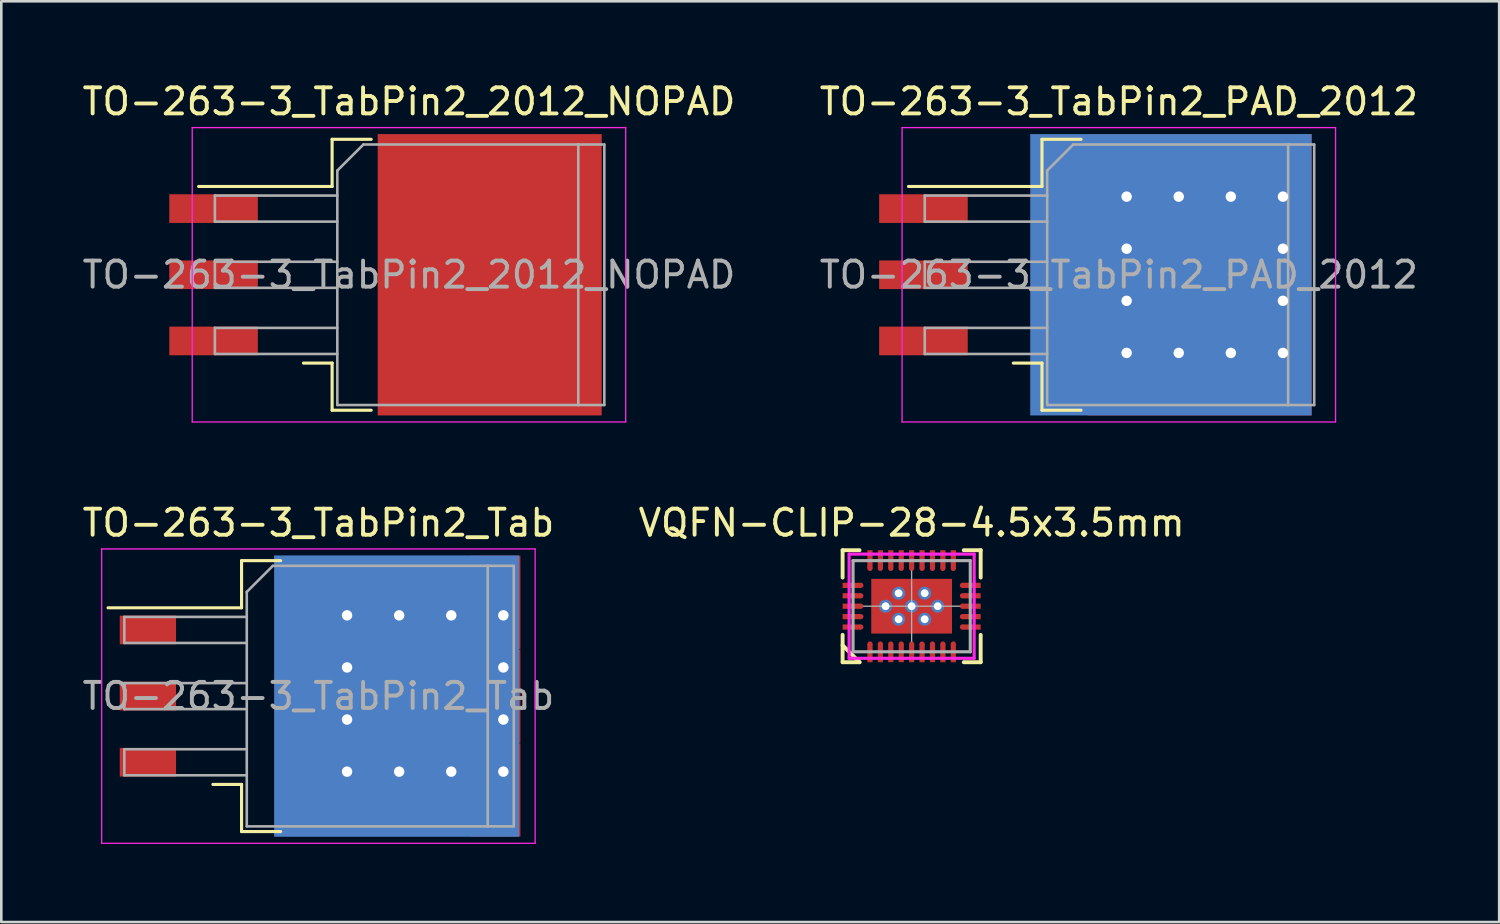
<source format=kicad_pcb>
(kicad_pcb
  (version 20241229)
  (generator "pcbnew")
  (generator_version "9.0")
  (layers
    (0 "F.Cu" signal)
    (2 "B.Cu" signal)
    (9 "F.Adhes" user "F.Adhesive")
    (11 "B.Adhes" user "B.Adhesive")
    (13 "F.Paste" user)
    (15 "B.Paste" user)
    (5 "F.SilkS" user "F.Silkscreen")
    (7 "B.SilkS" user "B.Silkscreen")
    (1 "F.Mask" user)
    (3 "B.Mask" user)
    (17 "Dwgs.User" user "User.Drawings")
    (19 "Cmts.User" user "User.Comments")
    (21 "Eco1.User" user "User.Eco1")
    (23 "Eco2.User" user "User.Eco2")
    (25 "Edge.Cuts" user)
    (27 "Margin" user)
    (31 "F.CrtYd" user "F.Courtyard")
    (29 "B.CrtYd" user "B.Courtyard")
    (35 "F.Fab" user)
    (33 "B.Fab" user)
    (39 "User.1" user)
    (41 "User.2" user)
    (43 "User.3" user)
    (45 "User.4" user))
  (footprint "VQFN-CLIP-28-4.5x3.5mm"
    (layer "F.Cu")
    (at 31.946 20.221)
    (property "Reference" "VQFN-CLIP-28-4.5x3.5mm" (at 0 -3.2 0) (layer "F.SilkS") (effects (font (size 1 1) (thickness 0.15))))
    (attr through_hole)
    (fp_line (start -2.65 -2.15) (end -2 -2.15) (stroke (width 0.15) (type solid)) (layer "F.SilkS"))
    (fp_line (start -2.65 -1.1) (end -2.65 -2.15) (stroke (width 0.15) (type solid)) (layer "F.SilkS"))
    (fp_line (start -2.65 1.1) (end -2.65 2.15) (stroke (width 0.15) (type solid)) (layer "F.SilkS"))
    (fp_line (start -2.65 2.15) (end -2 2.15) (stroke (width 0.15) (type solid)) (layer "F.SilkS"))
    (fp_line (start -2 2.15) (end -2.65 1.5) (stroke (width 0.15) (type solid)) (layer "F.SilkS"))
    (fp_line (start 2.65 -2.15) (end 2 -2.15) (stroke (width 0.15) (type solid)) (layer "F.SilkS"))
    (fp_line (start 2.65 -1.1) (end 2.65 -2.15) (stroke (width 0.15) (type solid)) (layer "F.SilkS"))
    (fp_line (start 2.65 1.1) (end 2.65 2.15) (stroke (width 0.15) (type solid)) (layer "F.SilkS"))
    (fp_line (start 2.65 2.15) (end 2 2.15) (stroke (width 0.15) (type solid)) (layer "F.SilkS"))
    (fp_line (start -2.4 2) (end -2.4 -2) (stroke (width 0.12) (type solid)) (layer "F.CrtYd"))
    (fp_line (start 2.4 -2) (end -2.4 -2) (stroke (width 0.12) (type solid)) (layer "F.CrtYd"))
    (fp_line (start 2.4 2) (end -2.4 2) (stroke (width 0.12) (type solid)) (layer "F.CrtYd"))
    (fp_line (start 2.4 2) (end 2.4 -2) (stroke (width 0.12) (type solid)) (layer "F.CrtYd"))
    (fp_line (start -2.25 1.75) (end -2.25 -1.75) (stroke (width 0.12) (type solid)) (layer "F.Fab"))
    (fp_line (start -1.85 0) (end 0.009 0) (stroke (width 0.05) (type solid)) (layer "F.Fab"))
    (fp_line (start 0 0) (end 0 -1.35) (stroke (width 0.05) (type solid)) (layer "F.Fab"))
    (fp_line (start 0 0) (end 1.85 0) (stroke (width 0.05) (type solid)) (layer "F.Fab"))
    (fp_line (start 0 1.35) (end 0 0) (stroke (width 0.05) (type solid)) (layer "F.Fab"))
    (fp_line (start 2.25 -1.75) (end -2.25 -1.75) (stroke (width 0.12) (type solid)) (layer "F.Fab"))
    (fp_line (start 2.25 1.75) (end -2.25 1.75) (stroke (width 0.12) (type solid)) (layer "F.Fab"))
    (fp_line (start 2.25 1.75) (end 2.25 -1.75) (stroke (width 0.12) (type solid)) (layer "F.Fab"))
    (pad "1" smd circle (at -1.6 1.45) (size 0.2 0.2) (layers "F.Cu" "F.Mask"))
    (pad "1" smd rect (at -1.6 1.8) (size 0.2 0.7) (layers "F.Cu" "F.Mask" "F.Paste"))
    (pad "2" smd circle (at -1.2 1.45) (size 0.2 0.2) (layers "F.Cu" "F.Mask"))
    (pad "2" smd rect (at -1.2 1.8) (size 0.2 0.7) (layers "F.Cu" "F.Mask" "F.Paste"))
    (pad "3" smd circle (at -0.8 1.45) (size 0.2 0.2) (layers "F.Cu" "F.Mask"))
    (pad "3" smd rect (at -0.8 1.8) (size 0.2 0.7) (layers "F.Cu" "F.Mask" "F.Paste"))
    (pad "4" smd circle (at -0.4 1.45) (size 0.2 0.2) (layers "F.Cu" "F.Mask"))
    (pad "4" smd rect (at -0.4 1.8) (size 0.2 0.7) (layers "F.Cu" "F.Mask" "F.Paste"))
    (pad "5" smd circle (at 0 1.45) (size 0.2 0.2) (layers "F.Cu" "F.Mask"))
    (pad "5" smd rect (at 0 1.8) (size 0.2 0.7) (layers "F.Cu" "F.Mask" "F.Paste"))
    (pad "6" smd circle (at 0.4 1.45) (size 0.2 0.2) (layers "F.Cu" "F.Mask"))
    (pad "6" smd rect (at 0.4 1.8) (size 0.2 0.7) (layers "F.Cu" "F.Mask" "F.Paste"))
    (pad "7" smd circle (at 0.8 1.45) (size 0.2 0.2) (layers "F.Cu" "F.Mask"))
    (pad "7" smd rect (at 0.8 1.8) (size 0.2 0.7) (layers "F.Cu" "F.Mask" "F.Paste"))
    (pad "8" smd circle (at 1.2 1.45) (size 0.2 0.2) (layers "F.Cu" "F.Mask"))
    (pad "8" smd rect (at 1.2 1.8) (size 0.2 0.7) (layers "F.Cu" "F.Mask" "F.Paste"))
    (pad "9" smd circle (at 1.6 1.45) (size 0.2 0.2) (layers "F.Cu" "F.Mask"))
    (pad "9" smd rect (at 1.6 1.8) (size 0.2 0.7) (layers "F.Cu" "F.Mask" "F.Paste"))
    (pad "10" smd circle (at 1.95 0.8) (size 0.2 0.2) (layers "F.Cu" "F.Mask"))
    (pad "10" smd rect (at 2.3 0.8 90) (size 0.2 0.7) (layers "F.Cu" "F.Mask" "F.Paste"))
    (pad "11" smd circle (at 1.95 0.4) (size 0.2 0.2) (layers "F.Cu" "F.Mask"))
    (pad "11" smd rect (at 2.3 0.4 90) (size 0.2 0.7) (layers "F.Cu" "F.Mask" "F.Paste"))
    (pad "12" smd circle (at 1.95 0) (size 0.2 0.2) (layers "F.Cu" "F.Mask"))
    (pad "12" smd rect (at 2.3 0 90) (size 0.2 0.7) (layers "F.Cu" "F.Mask" "F.Paste"))
    (pad "13" smd circle (at 1.95 -0.4) (size 0.2 0.2) (layers "F.Cu" "F.Mask"))
    (pad "13" smd rect (at 2.3 -0.4 90) (size 0.2 0.7) (layers "F.Cu" "F.Mask" "F.Paste"))
    (pad "14" smd circle (at 1.95 -0.8) (size 0.2 0.2) (layers "F.Cu" "F.Mask"))
    (pad "14" smd rect (at 2.3 -0.8 90) (size 0.2 0.7) (layers "F.Cu" "F.Mask" "F.Paste"))
    (pad "15" smd rect (at 1.6 -1.8) (size 0.2 0.7) (layers "F.Cu" "F.Mask" "F.Paste"))
    (pad "15" smd circle (at 1.6 -1.45) (size 0.2 0.2) (layers "F.Cu" "F.Mask"))
    (pad "16" smd rect (at 1.2 -1.8) (size 0.2 0.7) (layers "F.Cu" "F.Mask" "F.Paste"))
    (pad "16" smd circle (at 1.2 -1.45) (size 0.2 0.2) (layers "F.Cu" "F.Mask"))
    (pad "17" smd rect (at 0.8 -1.8) (size 0.2 0.7) (layers "F.Cu" "F.Mask" "F.Paste"))
    (pad "17" smd circle (at 0.8 -1.45) (size 0.2 0.2) (layers "F.Cu" "F.Mask"))
    (pad "18" smd rect (at 0.4 -1.8) (size 0.2 0.7) (layers "F.Cu" "F.Mask" "F.Paste"))
    (pad "18" smd circle (at 0.4 -1.45) (size 0.2 0.2) (layers "F.Cu" "F.Mask"))
    (pad "19" smd rect (at 0 -1.8) (size 0.2 0.7) (layers "F.Cu" "F.Mask" "F.Paste"))
    (pad "19" smd circle (at 0 -1.45) (size 0.2 0.2) (layers "F.Cu" "F.Mask"))
    (pad "20" smd rect (at -0.4 -1.8) (size 0.2 0.7) (layers "F.Cu" "F.Mask" "F.Paste"))
    (pad "20" smd circle (at -0.4 -1.45) (size 0.2 0.2) (layers "F.Cu" "F.Mask"))
    (pad "21" smd rect (at -0.8 -1.8) (size 0.2 0.7) (layers "F.Cu" "F.Mask" "F.Paste"))
    (pad "21" smd circle (at -0.8 -1.45) (size 0.2 0.2) (layers "F.Cu" "F.Mask"))
    (pad "22" smd rect (at -1.2 -1.8) (size 0.2 0.7) (layers "F.Cu" "F.Mask" "F.Paste"))
    (pad "22" smd circle (at -1.2 -1.45) (size 0.2 0.2) (layers "F.Cu" "F.Mask"))
    (pad "23" smd rect (at -1.6 -1.8) (size 0.2 0.7) (layers "F.Cu" "F.Mask" "F.Paste"))
    (pad "23" smd circle (at -1.6 -1.45) (size 0.2 0.2) (layers "F.Cu" "F.Mask"))
    (pad "24" smd rect (at -2.3 -0.8 90) (size 0.2 0.7) (layers "F.Cu" "F.Mask" "F.Paste"))
    (pad "24" smd circle (at -1.95 -0.8) (size 0.2 0.2) (layers "F.Cu" "F.Mask"))
    (pad "25" smd rect (at -2.3 -0.4 90) (size 0.2 0.7) (layers "F.Cu" "F.Mask" "F.Paste"))
    (pad "25" smd circle (at -1.95 -0.4) (size 0.2 0.2) (layers "F.Cu" "F.Mask"))
    (pad "26" smd rect (at -2.3 0 90) (size 0.2 0.7) (layers "F.Cu" "F.Mask" "F.Paste"))
    (pad "26" smd circle (at -1.95 0) (size 0.2 0.2) (layers "F.Cu" "F.Mask"))
    (pad "27" smd rect (at -2.3 0.4 90) (size 0.2 0.7) (layers "F.Cu" "F.Mask" "F.Paste"))
    (pad "27" smd circle (at -1.95 0.4) (size 0.2 0.2) (layers "F.Cu" "F.Mask"))
    (pad "28" smd rect (at -2.3 0.8 90) (size 0.2 0.7) (layers "F.Cu" "F.Mask" "F.Paste"))
    (pad "28" smd circle (at -1.95 0.8) (size 0.2 0.2) (layers "F.Cu" "F.Mask"))
    (pad "29" thru_hole circle (at -1 0 90) (size 0.5 0.5) (drill 0.3) (layers "*.Cu" "*.Mask"))
    (pad "29" smd rect (at -0.95 -0.5 90) (size 0.85 0.85) (layers "F.Cu" "F.Mask" "F.Paste"))
    (pad "29" smd rect (at -0.95 0.5 90) (size 0.85 0.85) (layers "F.Cu" "F.Mask" "F.Paste"))
    (pad "29" thru_hole circle (at -0.5 -0.5 90) (size 0.5 0.5) (drill 0.3) (layers "*.Cu" "*.Mask"))
    (pad "29" thru_hole circle (at -0.5 0.5 90) (size 0.5 0.5) (drill 0.3) (layers "*.Cu" "*.Mask"))
    (pad "29" smd rect (at 0 -0.5 90) (size 0.85 0.85) (layers "F.Cu" "F.Mask" "F.Paste"))
    (pad "29" thru_hole circle (at 0 0 90) (size 0.5 0.5) (drill 0.3) (layers "*.Cu" "*.Mask"))
    (pad "29" smd rect (at 0 0 90) (size 2.1 3.1) (layers "F.Cu" "F.Mask"))
    (pad "29" smd rect (at 0 0.5 90) (size 0.85 0.85) (layers "F.Cu" "F.Mask" "F.Paste"))
    (pad "29" thru_hole circle (at 0.5 -0.5 90) (size 0.5 0.5) (drill 0.3) (layers "*.Cu" "*.Mask"))
    (pad "29" thru_hole circle (at 0.5 0.5 90) (size 0.5 0.5) (drill 0.3) (layers "*.Cu" "*.Mask"))
    (pad "29" smd rect (at 0.95 -0.5 90) (size 0.85 0.85) (layers "F.Cu" "F.Mask" "F.Paste"))
    (pad "29" smd rect (at 0.95 0.5 90) (size 0.85 0.85) (layers "F.Cu" "F.Mask" "F.Paste"))
    (pad "29" thru_hole circle (at 1 0 90) (size 0.5 0.5) (drill 0.3) (layers "*.Cu" "*.Mask")))
  (footprint "TO-263-3_TabPin2_PAD_2012"
    (layer "F.Cu")
    (at 39.899 7.498)
    (property "Reference" "TO-263-3_TabPin2_PAD_2012" (at 0 -6.65 0) (layer "F.SilkS") (effects (font (size 1 1) (thickness 0.15))))
    (attr smd)
    (fp_line (start -2.95 -5.2) (end -2.95 -3.39) (stroke (width 0.12) (type solid)) (layer "F.SilkS"))
    (fp_line (start -2.95 -3.39) (end -8.075 -3.39) (stroke (width 0.12) (type solid)) (layer "F.SilkS"))
    (fp_line (start -2.95 3.39) (end -4.05 3.39) (stroke (width 0.12) (type solid)) (layer "F.SilkS"))
    (fp_line (start -2.95 5.2) (end -2.95 3.39) (stroke (width 0.12) (type solid)) (layer "F.SilkS"))
    (fp_line (start -1.45 -5.2) (end -2.95 -5.2) (stroke (width 0.12) (type solid)) (layer "F.SilkS"))
    (fp_line (start -1.45 5.2) (end -2.95 5.2) (stroke (width 0.12) (type solid)) (layer "F.SilkS"))
    (fp_line (start -8.32 -5.65) (end -8.32 5.65) (stroke (width 0.05) (type solid)) (layer "F.CrtYd"))
    (fp_line (start -8.32 5.65) (end 8.32 5.65) (stroke (width 0.05) (type solid)) (layer "F.CrtYd"))
    (fp_line (start 8.32 -5.65) (end -8.32 -5.65) (stroke (width 0.05) (type solid)) (layer "F.CrtYd"))
    (fp_line (start 8.32 5.65) (end 8.32 -5.65) (stroke (width 0.05) (type solid)) (layer "F.CrtYd"))
    (fp_line (start -7.45 -3.04) (end -7.45 -2.04) (stroke (width 0.1) (type solid)) (layer "F.Fab"))
    (fp_line (start -7.45 -2.04) (end -2.75 -2.04) (stroke (width 0.1) (type solid)) (layer "F.Fab"))
    (fp_line (start -7.45 -0.5) (end -7.45 0.5) (stroke (width 0.1) (type solid)) (layer "F.Fab"))
    (fp_line (start -7.45 0.5) (end -2.75 0.5) (stroke (width 0.1) (type solid)) (layer "F.Fab"))
    (fp_line (start -7.45 2.04) (end -7.45 3.04) (stroke (width 0.1) (type solid)) (layer "F.Fab"))
    (fp_line (start -7.45 3.04) (end -2.75 3.04) (stroke (width 0.1) (type solid)) (layer "F.Fab"))
    (fp_line (start -2.75 -4) (end -1.75 -5) (stroke (width 0.1) (type solid)) (layer "F.Fab"))
    (fp_line (start -2.75 -3.04) (end -7.45 -3.04) (stroke (width 0.1) (type solid)) (layer "F.Fab"))
    (fp_line (start -2.75 -0.5) (end -7.45 -0.5) (stroke (width 0.1) (type solid)) (layer "F.Fab"))
    (fp_line (start -2.75 2.04) (end -7.45 2.04) (stroke (width 0.1) (type solid)) (layer "F.Fab"))
    (fp_line (start -2.75 5) (end -2.75 -4) (stroke (width 0.1) (type solid)) (layer "F.Fab"))
    (fp_line (start -1.75 -5) (end 6.5 -5) (stroke (width 0.1) (type solid)) (layer "F.Fab"))
    (fp_line (start 6.5 -5) (end 6.5 5) (stroke (width 0.1) (type solid)) (layer "F.Fab"))
    (fp_line (start 6.5 -5) (end 7.5 -5) (stroke (width 0.1) (type solid)) (layer "F.Fab"))
    (fp_line (start 6.5 5) (end -2.75 5) (stroke (width 0.1) (type solid)) (layer "F.Fab"))
    (fp_line (start 7.5 -5) (end 7.5 5) (stroke (width 0.1) (type solid)) (layer "F.Fab"))
    (fp_line (start 7.5 5) (end 6.5 5) (stroke (width 0.1) (type solid)) (layer "F.Fab"))
    (fp_text user "${REFERENCE}" (at 0 0 0) (layer "F.Fab") (effects (font (size 1 1) (thickness 0.15))))
    (pad "1" smd rect (at -7.5 -2.54) (size 3.4 1.1) (layers "F.Cu" "F.Mask" "F.Paste"))
    (pad "2" smd rect (at -7.5 0) (size 3.4 1.1) (layers "F.Cu" "F.Mask" "F.Paste"))
    (pad "2" thru_hole circle (at 0.3 -3) (size 0.6 0.6) (drill 0.4) (layers "*.Cu" "*.Mask"))
    (pad "2" thru_hole circle (at 0.3 -1) (size 0.6 0.6) (drill 0.4) (layers "*.Cu" "*.Mask"))
    (pad "2" thru_hole circle (at 0.3 1) (size 0.6 0.6) (drill 0.4) (layers "*.Cu" "*.Mask"))
    (pad "2" thru_hole circle (at 0.3 3) (size 0.6 0.6) (drill 0.4) (layers "*.Cu" "*.Mask"))
    (pad "2" smd rect (at 2 0) (size 10.8 10.8) (layers "B.Cu"))
    (pad "2" thru_hole circle (at 2.3 -3) (size 0.6 0.6) (drill 0.4) (layers "*.Cu" "*.Mask"))
    (pad "2" thru_hole circle (at 2.3 3) (size 0.6 0.6) (drill 0.4) (layers "*.Cu" "*.Mask"))
    (pad "2" smd rect (at 3.1 0) (size 8.6 10.8) (layers "F.Cu" "F.Mask"))
    (pad "2" thru_hole circle (at 4.3 -3) (size 0.6 0.6) (drill 0.4) (layers "*.Cu" "*.Mask"))
    (pad "2" thru_hole circle (at 4.3 3) (size 0.6 0.6) (drill 0.4) (layers "*.Cu" "*.Mask"))
    (pad "2" thru_hole circle (at 6.3 -3) (size 0.6 0.6) (drill 0.4) (layers "*.Cu" "*.Mask"))
    (pad "2" thru_hole circle (at 6.3 -1) (size 0.6 0.6) (drill 0.4) (layers "*.Cu" "*.Mask"))
    (pad "2" thru_hole circle (at 6.3 1) (size 0.6 0.6) (drill 0.4) (layers "*.Cu" "*.Mask"))
    (pad "2" thru_hole circle (at 6.3 3) (size 0.6 0.6) (drill 0.4) (layers "*.Cu" "*.Mask"))
    (pad "3" smd rect (at -7.5 2.54) (size 3.4 1.1) (layers "F.Cu" "F.Mask" "F.Paste")))
  (footprint "TO-263-3_TabPin2_Tab"
    (layer "F.Cu")
    (at 9.173 23.672)
    (property "Reference" "TO-263-3_TabPin2_Tab" (at 0 -6.65 0) (layer "F.SilkS") (effects (font (size 1 1) (thickness 0.15))))
    (attr smd)
    (fp_line (start -2.95 -5.2) (end -2.95 -3.39) (stroke (width 0.12) (type solid)) (layer "F.SilkS"))
    (fp_line (start -2.95 -3.39) (end -8.075 -3.39) (stroke (width 0.12) (type solid)) (layer "F.SilkS"))
    (fp_line (start -2.95 3.39) (end -4.05 3.39) (stroke (width 0.12) (type solid)) (layer "F.SilkS"))
    (fp_line (start -2.95 5.2) (end -2.95 3.39) (stroke (width 0.12) (type solid)) (layer "F.SilkS"))
    (fp_line (start -1.45 -5.2) (end -2.95 -5.2) (stroke (width 0.12) (type solid)) (layer "F.SilkS"))
    (fp_line (start -1.45 5.2) (end -2.95 5.2) (stroke (width 0.12) (type solid)) (layer "F.SilkS"))
    (fp_line (start -8.32 -5.65) (end -8.32 5.65) (stroke (width 0.05) (type solid)) (layer "F.CrtYd"))
    (fp_line (start -8.32 5.65) (end 8.32 5.65) (stroke (width 0.05) (type solid)) (layer "F.CrtYd"))
    (fp_line (start 8.32 -5.65) (end -8.32 -5.65) (stroke (width 0.05) (type solid)) (layer "F.CrtYd"))
    (fp_line (start 8.32 5.65) (end 8.32 -5.65) (stroke (width 0.05) (type solid)) (layer "F.CrtYd"))
    (fp_line (start -7.45 -3.04) (end -7.45 -2.04) (stroke (width 0.1) (type solid)) (layer "F.Fab"))
    (fp_line (start -7.45 -2.04) (end -2.75 -2.04) (stroke (width 0.1) (type solid)) (layer "F.Fab"))
    (fp_line (start -7.45 -0.5) (end -7.45 0.5) (stroke (width 0.1) (type solid)) (layer "F.Fab"))
    (fp_line (start -7.45 0.5) (end -2.75 0.5) (stroke (width 0.1) (type solid)) (layer "F.Fab"))
    (fp_line (start -7.45 2.04) (end -7.45 3.04) (stroke (width 0.1) (type solid)) (layer "F.Fab"))
    (fp_line (start -7.45 3.04) (end -2.75 3.04) (stroke (width 0.1) (type solid)) (layer "F.Fab"))
    (fp_line (start -2.75 -4) (end -1.75 -5) (stroke (width 0.1) (type solid)) (layer "F.Fab"))
    (fp_line (start -2.75 -3.04) (end -7.45 -3.04) (stroke (width 0.1) (type solid)) (layer "F.Fab"))
    (fp_line (start -2.75 -0.5) (end -7.45 -0.5) (stroke (width 0.1) (type solid)) (layer "F.Fab"))
    (fp_line (start -2.75 2.04) (end -7.45 2.04) (stroke (width 0.1) (type solid)) (layer "F.Fab"))
    (fp_line (start -2.75 5) (end -2.75 -4) (stroke (width 0.1) (type solid)) (layer "F.Fab"))
    (fp_line (start -1.75 -5) (end 6.5 -5) (stroke (width 0.1) (type solid)) (layer "F.Fab"))
    (fp_line (start 6.5 -5) (end 6.5 5) (stroke (width 0.1) (type solid)) (layer "F.Fab"))
    (fp_line (start 6.5 -5) (end 7.5 -5) (stroke (width 0.1) (type solid)) (layer "F.Fab"))
    (fp_line (start 6.5 5) (end -2.75 5) (stroke (width 0.1) (type solid)) (layer "F.Fab"))
    (fp_line (start 7.5 -5) (end 7.5 5) (stroke (width 0.1) (type solid)) (layer "F.Fab"))
    (fp_line (start 7.5 5) (end 6.5 5) (stroke (width 0.1) (type solid)) (layer "F.Fab"))
    (fp_text user "${REFERENCE}" (at 0 0 0) (layer "F.Fab") (effects (font (size 1 1) (thickness 0.15))))
    (pad "1" smd rect (at -6.545 -2.54) (size 2.16 1.1) (layers "F.Cu" "F.Mask" "F.Paste"))
    (pad "2" smd rect (at -6.545 0) (size 2.16 1.1) (layers "F.Cu" "F.Mask" "F.Paste"))
    (pad "2" thru_hole circle (at 1.1 -3.1) (size 0.6 0.6) (drill 0.4) (layers "*.Cu" "*.Mask"))
    (pad "2" thru_hole circle (at 1.1 -1.1) (size 0.6 0.6) (drill 0.4) (layers "*.Cu" "*.Mask"))
    (pad "2" thru_hole circle (at 1.1 0.9) (size 0.6 0.6) (drill 0.4) (layers "*.Cu" "*.Mask"))
    (pad "2" thru_hole circle (at 1.1 2.9) (size 0.6 0.6) (drill 0.4) (layers "*.Cu" "*.Mask"))
    (pad "2" smd rect (at 3 0) (size 9.4 10.8) (layers "B.Cu"))
    (pad "2" thru_hole circle (at 3.1 -3.1) (size 0.6 0.6) (drill 0.4) (layers "*.Cu" "*.Mask"))
    (pad "2" thru_hole circle (at 3.1 2.9) (size 0.6 0.6) (drill 0.4) (layers "*.Cu" "*.Mask"))
    (pad "2" smd rect (at 4.1 0) (size 6.99 8.33) (layers "F.Cu" "F.Paste"))
    (pad "2" thru_hole circle (at 5.1 -3.1) (size 0.6 0.6) (drill 0.4) (layers "*.Cu" "*.Mask"))
    (pad "2" thru_hole circle (at 5.1 2.9) (size 0.6 0.6) (drill 0.4) (layers "*.Cu" "*.Mask"))
    (pad "2" smd rect (at 6.8 -3.6) (size 1.91 3.58) (layers "F.Cu" "F.Paste"))
    (pad "2" smd rect (at 6.8 0) (size 1.91 3.58) (layers "F.Cu" "F.Paste"))
    (pad "2" smd rect (at 6.8 3.6) (size 1.91 3.58) (layers "F.Cu" "F.Paste"))
    (pad "2" thru_hole circle (at 7.1 -3.1) (size 0.6 0.6) (drill 0.4) (layers "*.Cu" "*.Mask"))
    (pad "2" thru_hole circle (at 7.1 -1.1) (size 0.6 0.6) (drill 0.4) (layers "*.Cu" "*.Mask"))
    (pad "2" thru_hole circle (at 7.1 0.9) (size 0.6 0.6) (drill 0.4) (layers "*.Cu" "*.Mask"))
    (pad "2" thru_hole circle (at 7.1 2.9) (size 0.6 0.6) (drill 0.4) (layers "*.Cu" "*.Mask"))
    (pad "3" smd rect (at -6.545 2.54) (size 2.16 1.1) (layers "F.Cu" "F.Mask" "F.Paste")))
  (footprint "TO-263-3_TabPin2_2012_NOPAD"
    (layer "F.Cu")
    (at 12.649 7.498)
    (property "Reference" "TO-263-3_TabPin2_2012_NOPAD" (at 0 -6.65 0) (layer "F.SilkS") (effects (font (size 1 1) (thickness 0.15))))
    (attr smd)
    (fp_line (start -2.95 -5.2) (end -2.95 -3.39) (stroke (width 0.12) (type solid)) (layer "F.SilkS"))
    (fp_line (start -2.95 -3.39) (end -8.075 -3.39) (stroke (width 0.12) (type solid)) (layer "F.SilkS"))
    (fp_line (start -2.95 3.39) (end -4.05 3.39) (stroke (width 0.12) (type solid)) (layer "F.SilkS"))
    (fp_line (start -2.95 5.2) (end -2.95 3.39) (stroke (width 0.12) (type solid)) (layer "F.SilkS"))
    (fp_line (start -1.45 -5.2) (end -2.95 -5.2) (stroke (width 0.12) (type solid)) (layer "F.SilkS"))
    (fp_line (start -1.45 5.2) (end -2.95 5.2) (stroke (width 0.12) (type solid)) (layer "F.SilkS"))
    (fp_line (start -8.32 -5.65) (end -8.32 5.65) (stroke (width 0.05) (type solid)) (layer "F.CrtYd"))
    (fp_line (start -8.32 5.65) (end 8.32 5.65) (stroke (width 0.05) (type solid)) (layer "F.CrtYd"))
    (fp_line (start 8.32 -5.65) (end -8.32 -5.65) (stroke (width 0.05) (type solid)) (layer "F.CrtYd"))
    (fp_line (start 8.32 5.65) (end 8.32 -5.65) (stroke (width 0.05) (type solid)) (layer "F.CrtYd"))
    (fp_line (start -7.45 -3.04) (end -7.45 -2.04) (stroke (width 0.1) (type solid)) (layer "F.Fab"))
    (fp_line (start -7.45 -2.04) (end -2.75 -2.04) (stroke (width 0.1) (type solid)) (layer "F.Fab"))
    (fp_line (start -7.45 -0.5) (end -7.45 0.5) (stroke (width 0.1) (type solid)) (layer "F.Fab"))
    (fp_line (start -7.45 0.5) (end -2.75 0.5) (stroke (width 0.1) (type solid)) (layer "F.Fab"))
    (fp_line (start -7.45 2.04) (end -7.45 3.04) (stroke (width 0.1) (type solid)) (layer "F.Fab"))
    (fp_line (start -7.45 3.04) (end -2.75 3.04) (stroke (width 0.1) (type solid)) (layer "F.Fab"))
    (fp_line (start -2.75 -4) (end -1.75 -5) (stroke (width 0.1) (type solid)) (layer "F.Fab"))
    (fp_line (start -2.75 -3.04) (end -7.45 -3.04) (stroke (width 0.1) (type solid)) (layer "F.Fab"))
    (fp_line (start -2.75 -0.5) (end -7.45 -0.5) (stroke (width 0.1) (type solid)) (layer "F.Fab"))
    (fp_line (start -2.75 2.04) (end -7.45 2.04) (stroke (width 0.1) (type solid)) (layer "F.Fab"))
    (fp_line (start -2.75 5) (end -2.75 -4) (stroke (width 0.1) (type solid)) (layer "F.Fab"))
    (fp_line (start -1.75 -5) (end 6.5 -5) (stroke (width 0.1) (type solid)) (layer "F.Fab"))
    (fp_line (start 6.5 -5) (end 6.5 5) (stroke (width 0.1) (type solid)) (layer "F.Fab"))
    (fp_line (start 6.5 -5) (end 7.5 -5) (stroke (width 0.1) (type solid)) (layer "F.Fab"))
    (fp_line (start 6.5 5) (end -2.75 5) (stroke (width 0.1) (type solid)) (layer "F.Fab"))
    (fp_line (start 7.5 -5) (end 7.5 5) (stroke (width 0.1) (type solid)) (layer "F.Fab"))
    (fp_line (start 7.5 5) (end 6.5 5) (stroke (width 0.1) (type solid)) (layer "F.Fab"))
    (fp_text user "${REFERENCE}" (at 0 0 0) (layer "F.Fab") (effects (font (size 1 1) (thickness 0.15))))
    (pad "1" smd rect (at -7.5 -2.54) (size 3.4 1.1) (layers "F.Cu" "F.Mask" "F.Paste"))
    (pad "2" smd rect (at -7.5 0) (size 3.4 1.1) (layers "F.Cu" "F.Mask" "F.Paste"))
    (pad "2" smd rect (at 3.1 0) (size 8.6 10.8) (layers "F.Cu" "F.Mask"))
    (pad "3" smd rect (at -7.5 2.54) (size 3.4 1.1) (layers "F.Cu" "F.Mask" "F.Paste")))
  (gr_rect
    (start -3 -3)
    (end 54.5 32.346)
    (stroke (width 0.1) (type default))
    (fill no)
    (layer "Edge.Cuts")))
</source>
